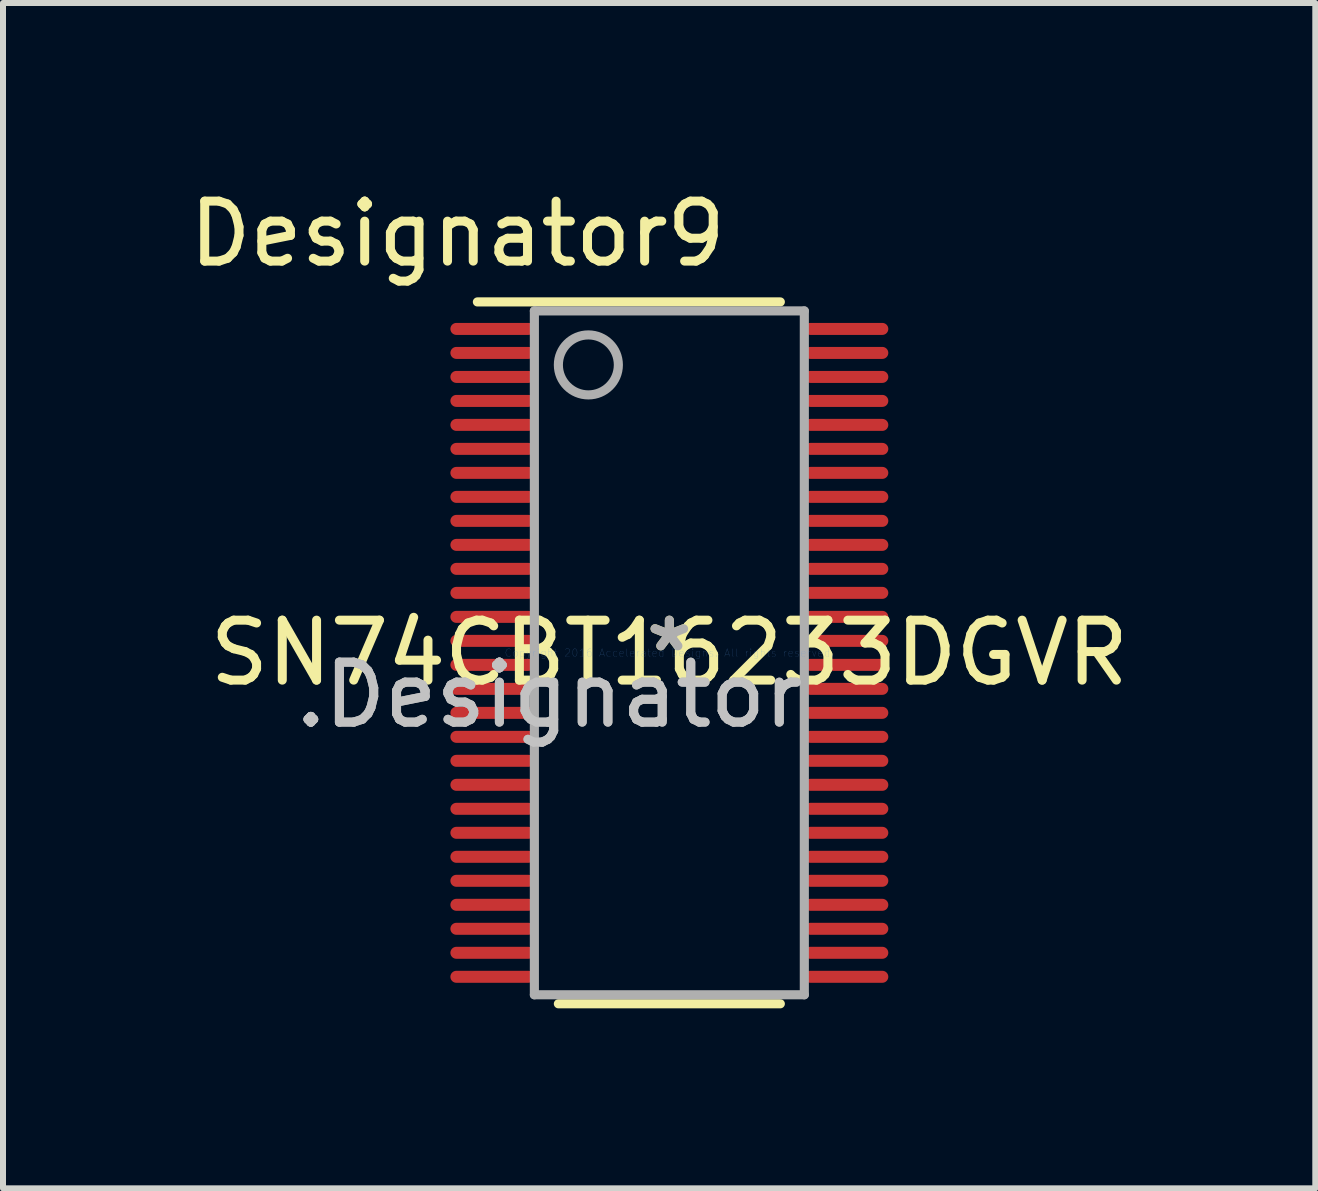
<source format=kicad_pcb>
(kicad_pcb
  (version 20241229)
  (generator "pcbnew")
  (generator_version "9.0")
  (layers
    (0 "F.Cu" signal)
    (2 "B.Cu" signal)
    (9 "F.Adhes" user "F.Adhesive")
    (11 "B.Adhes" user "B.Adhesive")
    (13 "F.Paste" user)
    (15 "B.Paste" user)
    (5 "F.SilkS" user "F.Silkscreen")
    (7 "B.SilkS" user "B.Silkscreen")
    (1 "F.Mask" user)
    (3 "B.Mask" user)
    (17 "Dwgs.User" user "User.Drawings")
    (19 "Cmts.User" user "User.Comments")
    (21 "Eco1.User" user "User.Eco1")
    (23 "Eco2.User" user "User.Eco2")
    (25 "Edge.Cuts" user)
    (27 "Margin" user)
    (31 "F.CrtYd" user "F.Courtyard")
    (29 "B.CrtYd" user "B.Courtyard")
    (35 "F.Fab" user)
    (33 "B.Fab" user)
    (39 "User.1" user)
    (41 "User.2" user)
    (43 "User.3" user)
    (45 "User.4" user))
  (footprint "SN74CBT16233DGVR"
    (layer "F.Cu")
    (at 8.108 7.833)
    (property "Reference" "SN74CBT16233DGVR" (at 0 0 0) (layer "F.SilkS") (effects (font (size 1 1) (thickness 0.15))))
    (attr through_hole)
    (fp_line (start -3.2 -5.85) (end 1.85 -5.85) (stroke (width 0.152) (type solid)) (layer "F.SilkS"))
    (fp_line (start -1.85 5.85) (end 1.85 5.85) (stroke (width 0.152) (type solid)) (layer "F.SilkS"))
    (fp_line (start -2.25 -5.7) (end 2.25 -5.7) (stroke (width 0.152) (type solid)) (layer "F.Fab"))
    (fp_line (start -2.25 5.7) (end -2.25 -5.7) (stroke (width 0.152) (type solid)) (layer "F.Fab"))
    (fp_line (start -2.25 5.7) (end 2.25 5.7) (stroke (width 0.152) (type solid)) (layer "F.Fab"))
    (fp_line (start 2.25 5.7) (end 2.25 -5.7) (stroke (width 0.152) (type solid)) (layer "F.Fab"))
    (fp_circle (center -1.35 -4.8) (end -0.85 -4.8) (stroke (width 0.152) (type solid)) (fill no) (layer "F.Fab"))
    (fp_text user "Designator9" (at -3.531 -6.985 0) (layer "F.SilkS") (effects (font (size 1 1) (thickness 0.15))))
    (fp_text user "*" (at 0 0 0) (layer "F.SilkS") (effects (font (size 1 1) (thickness 0.15))))
    (fp_text user ".Designator" (at -2 0.7 0) (layer "Dwgs.User") (effects (font (size 1 1) (thickness 0.15))))
    (fp_text user "Copyright 2016 Accelerated Designs. All rights reserved." (at 0 0 0) (layer "Cmts.User") (effects (font (size 0.127 0.127) (thickness 0.002))))
    (fp_text user "*" (at 0 0 0) (layer "F.Fab") (effects (font (size 1 1) (thickness 0.15))))
    (fp_text user ".Designator" (at -2 0.7 0) (layer "F.Fab") (effects (font (size 1 1) (thickness 0.15))))
    (pad "1" smd oval (at -2.95 -5.4 90) (size 0.2 1.4) (layers "F.Cu" "F.Mask" "F.Paste"))
    (pad "2" smd oval (at -2.95 -5 90) (size 0.2 1.4) (layers "F.Cu" "F.Mask" "F.Paste"))
    (pad "3" smd oval (at -2.95 -4.6 90) (size 0.2 1.4) (layers "F.Cu" "F.Mask" "F.Paste"))
    (pad "4" smd oval (at -2.95 -4.2 90) (size 0.2 1.4) (layers "F.Cu" "F.Mask" "F.Paste"))
    (pad "5" smd oval (at -2.95 -3.8 90) (size 0.2 1.4) (layers "F.Cu" "F.Mask" "F.Paste"))
    (pad "6" smd oval (at -2.95 -3.4 90) (size 0.2 1.4) (layers "F.Cu" "F.Mask" "F.Paste"))
    (pad "7" smd oval (at -2.95 -3 90) (size 0.2 1.4) (layers "F.Cu" "F.Mask" "F.Paste"))
    (pad "8" smd oval (at -2.95 -2.6 90) (size 0.2 1.4) (layers "F.Cu" "F.Mask" "F.Paste"))
    (pad "9" smd oval (at -2.95 -2.2 90) (size 0.2 1.4) (layers "F.Cu" "F.Mask" "F.Paste"))
    (pad "10" smd oval (at -2.95 -1.8 90) (size 0.2 1.4) (layers "F.Cu" "F.Mask" "F.Paste"))
    (pad "11" smd oval (at -2.95 -1.4 90) (size 0.2 1.4) (layers "F.Cu" "F.Mask" "F.Paste"))
    (pad "12" smd oval (at -2.95 -1 90) (size 0.2 1.4) (layers "F.Cu" "F.Mask" "F.Paste"))
    (pad "13" smd oval (at -2.95 -0.6 90) (size 0.2 1.4) (layers "F.Cu" "F.Mask" "F.Paste"))
    (pad "14" smd oval (at -2.95 -0.2 90) (size 0.2 1.4) (layers "F.Cu" "F.Mask" "F.Paste"))
    (pad "15" smd oval (at -2.95 0.2 90) (size 0.2 1.4) (layers "F.Cu" "F.Mask" "F.Paste"))
    (pad "16" smd oval (at -2.95 0.6 90) (size 0.2 1.4) (layers "F.Cu" "F.Mask" "F.Paste"))
    (pad "17" smd oval (at -2.95 1 90) (size 0.2 1.4) (layers "F.Cu" "F.Mask" "F.Paste"))
    (pad "18" smd oval (at -2.95 1.4 90) (size 0.2 1.4) (layers "F.Cu" "F.Mask" "F.Paste"))
    (pad "19" smd oval (at -2.95 1.8 90) (size 0.2 1.4) (layers "F.Cu" "F.Mask" "F.Paste"))
    (pad "20" smd oval (at -2.95 2.2 90) (size 0.2 1.4) (layers "F.Cu" "F.Mask" "F.Paste"))
    (pad "21" smd oval (at -2.95 2.6 90) (size 0.2 1.4) (layers "F.Cu" "F.Mask" "F.Paste"))
    (pad "22" smd oval (at -2.95 3 90) (size 0.2 1.4) (layers "F.Cu" "F.Mask" "F.Paste"))
    (pad "23" smd oval (at -2.95 3.4 90) (size 0.2 1.4) (layers "F.Cu" "F.Mask" "F.Paste"))
    (pad "24" smd oval (at -2.95 3.8 90) (size 0.2 1.4) (layers "F.Cu" "F.Mask" "F.Paste"))
    (pad "25" smd oval (at -2.95 4.2 90) (size 0.2 1.4) (layers "F.Cu" "F.Mask" "F.Paste"))
    (pad "26" smd oval (at -2.95 4.6 90) (size 0.2 1.4) (layers "F.Cu" "F.Mask" "F.Paste"))
    (pad "27" smd oval (at -2.95 5 90) (size 0.2 1.4) (layers "F.Cu" "F.Mask" "F.Paste"))
    (pad "28" smd oval (at -2.95 5.4 90) (size 0.2 1.4) (layers "F.Cu" "F.Mask" "F.Paste"))
    (pad "29" smd oval (at 2.95 5.4 90) (size 0.2 1.4) (layers "F.Cu" "F.Mask" "F.Paste"))
    (pad "30" smd oval (at 2.95 5 90) (size 0.2 1.4) (layers "F.Cu" "F.Mask" "F.Paste"))
    (pad "31" smd oval (at 2.95 4.6 90) (size 0.2 1.4) (layers "F.Cu" "F.Mask" "F.Paste"))
    (pad "32" smd oval (at 2.95 4.2 90) (size 0.2 1.4) (layers "F.Cu" "F.Mask" "F.Paste"))
    (pad "33" smd oval (at 2.95 3.8 90) (size 0.2 1.4) (layers "F.Cu" "F.Mask" "F.Paste"))
    (pad "34" smd oval (at 2.95 3.4 90) (size 0.2 1.4) (layers "F.Cu" "F.Mask" "F.Paste"))
    (pad "35" smd oval (at 2.95 3 90) (size 0.2 1.4) (layers "F.Cu" "F.Mask" "F.Paste"))
    (pad "36" smd oval (at 2.95 2.6 90) (size 0.2 1.4) (layers "F.Cu" "F.Mask" "F.Paste"))
    (pad "37" smd oval (at 2.95 2.2 90) (size 0.2 1.4) (layers "F.Cu" "F.Mask" "F.Paste"))
    (pad "38" smd oval (at 2.95 1.8 90) (size 0.2 1.4) (layers "F.Cu" "F.Mask" "F.Paste"))
    (pad "39" smd oval (at 2.95 1.4 90) (size 0.2 1.4) (layers "F.Cu" "F.Mask" "F.Paste"))
    (pad "40" smd oval (at 2.95 1 90) (size 0.2 1.4) (layers "F.Cu" "F.Mask" "F.Paste"))
    (pad "41" smd oval (at 2.95 0.6 90) (size 0.2 1.4) (layers "F.Cu" "F.Mask" "F.Paste"))
    (pad "42" smd oval (at 2.95 0.2 90) (size 0.2 1.4) (layers "F.Cu" "F.Mask" "F.Paste"))
    (pad "43" smd oval (at 2.95 -0.2 90) (size 0.2 1.4) (layers "F.Cu" "F.Mask" "F.Paste"))
    (pad "44" smd oval (at 2.95 -0.6 90) (size 0.2 1.4) (layers "F.Cu" "F.Mask" "F.Paste"))
    (pad "45" smd oval (at 2.95 -1 90) (size 0.2 1.4) (layers "F.Cu" "F.Mask" "F.Paste"))
    (pad "46" smd oval (at 2.95 -1.4 90) (size 0.2 1.4) (layers "F.Cu" "F.Mask" "F.Paste"))
    (pad "47" smd oval (at 2.95 -1.8 90) (size 0.2 1.4) (layers "F.Cu" "F.Mask" "F.Paste"))
    (pad "48" smd oval (at 2.95 -2.2 90) (size 0.2 1.4) (layers "F.Cu" "F.Mask" "F.Paste"))
    (pad "49" smd oval (at 2.95 -2.6 90) (size 0.2 1.4) (layers "F.Cu" "F.Mask" "F.Paste"))
    (pad "50" smd oval (at 2.95 -3 90) (size 0.2 1.4) (layers "F.Cu" "F.Mask" "F.Paste"))
    (pad "51" smd oval (at 2.95 -3.4 90) (size 0.2 1.4) (layers "F.Cu" "F.Mask" "F.Paste"))
    (pad "52" smd oval (at 2.95 -3.8 90) (size 0.2 1.4) (layers "F.Cu" "F.Mask" "F.Paste"))
    (pad "53" smd oval (at 2.95 -4.2 90) (size 0.2 1.4) (layers "F.Cu" "F.Mask" "F.Paste"))
    (pad "54" smd oval (at 2.95 -4.6 90) (size 0.2 1.4) (layers "F.Cu" "F.Mask" "F.Paste"))
    (pad "55" smd oval (at 2.95 -5 90) (size 0.2 1.4) (layers "F.Cu" "F.Mask" "F.Paste"))
    (pad "56" smd oval (at 2.95 -5.4 90) (size 0.2 1.4) (layers "F.Cu" "F.Mask" "F.Paste")))
  (gr_rect
    (start -3 -3)
    (end 18.876 16.759)
    (stroke (width 0.1) (type default))
    (fill no)
    (layer "Edge.Cuts")))
</source>
